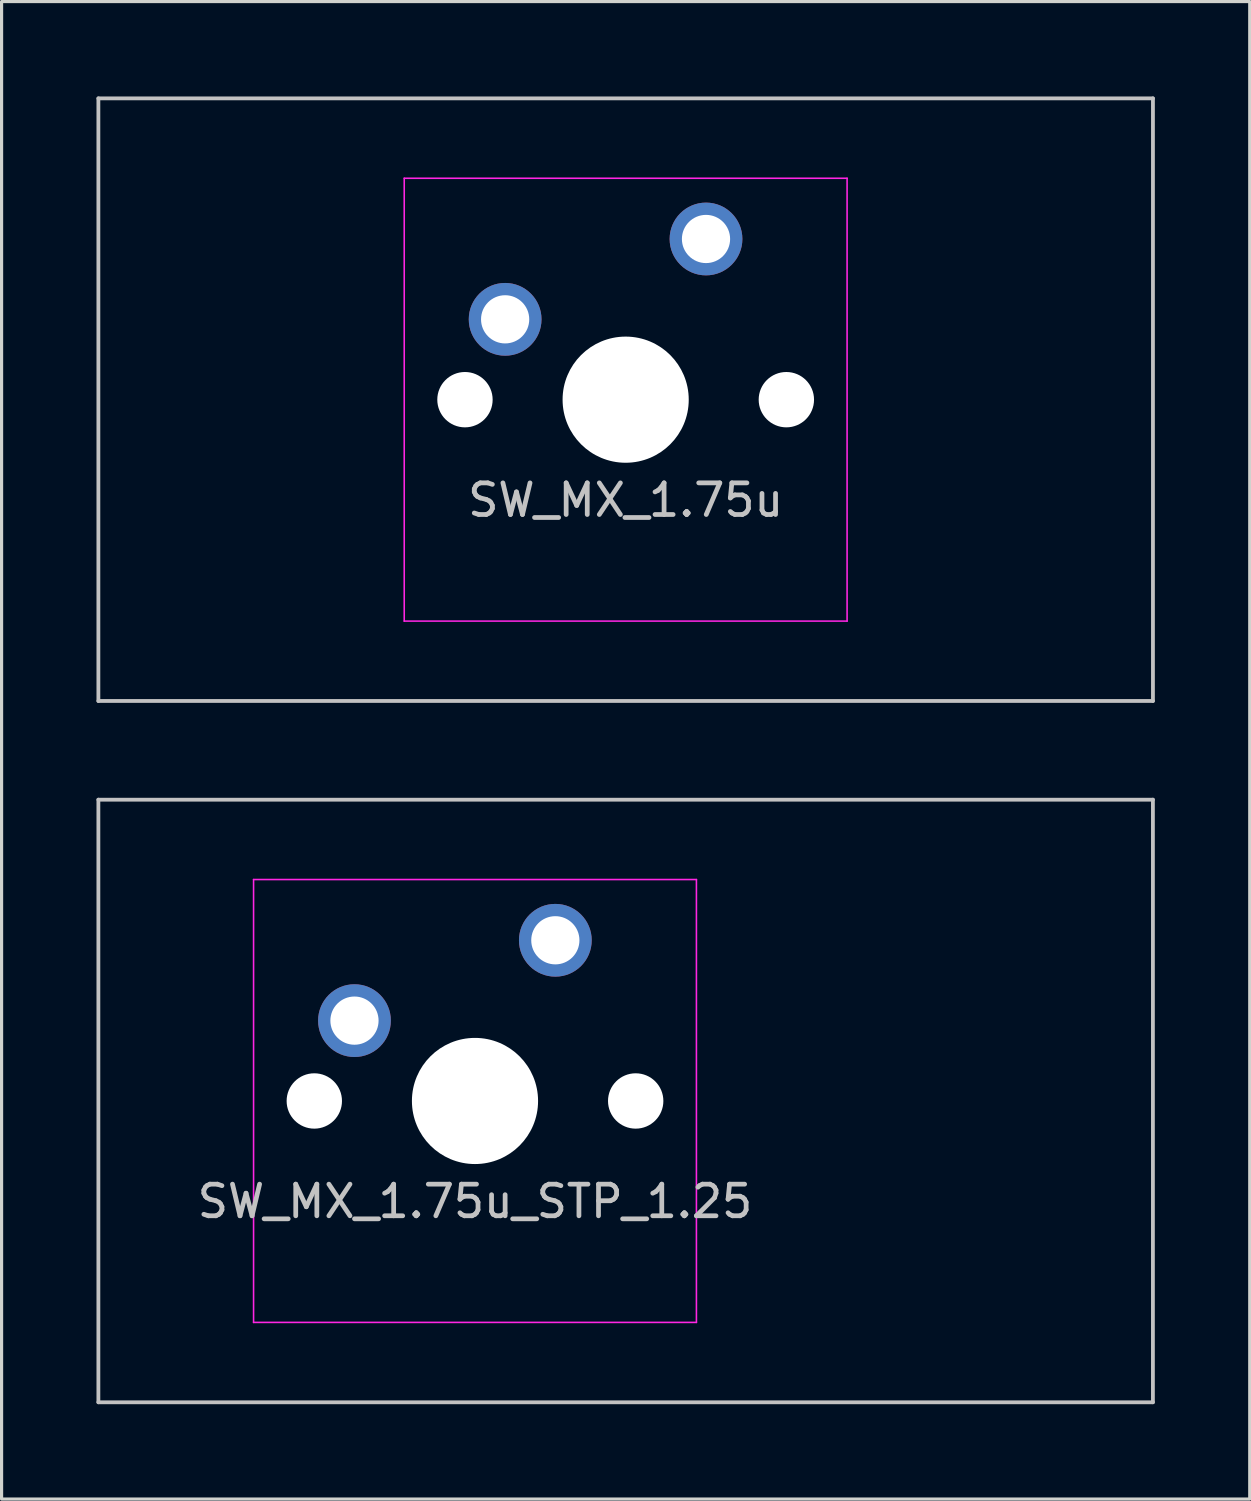
<source format=kicad_pcb>
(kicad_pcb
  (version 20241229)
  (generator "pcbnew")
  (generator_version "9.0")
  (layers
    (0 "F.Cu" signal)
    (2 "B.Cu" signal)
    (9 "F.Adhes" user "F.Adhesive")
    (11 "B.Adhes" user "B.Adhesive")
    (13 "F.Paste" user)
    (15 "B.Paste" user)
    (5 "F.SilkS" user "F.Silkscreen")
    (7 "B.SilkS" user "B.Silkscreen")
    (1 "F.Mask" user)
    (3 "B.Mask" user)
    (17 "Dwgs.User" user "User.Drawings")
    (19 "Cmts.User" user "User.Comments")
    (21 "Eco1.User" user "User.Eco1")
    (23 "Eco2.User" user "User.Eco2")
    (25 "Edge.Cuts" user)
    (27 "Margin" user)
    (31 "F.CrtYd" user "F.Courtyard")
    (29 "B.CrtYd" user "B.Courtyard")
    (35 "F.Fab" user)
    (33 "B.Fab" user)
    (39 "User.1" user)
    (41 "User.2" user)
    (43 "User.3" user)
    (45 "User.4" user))
  (footprint "SW_MX_1.75u"
    (layer "F.Cu")
    (at 16.729 9.585)
    (property "Reference" "SW_MX_1.75u" (at 0 3.175 0) (layer "Dwgs.User") (effects (font (size 1 1) (thickness 0.15))))
    (attr through_hole exclude_from_pos_files)
    (fp_line (start -16.669 -9.525) (end -16.669 9.525) (stroke (width 0.12) (type solid)) (layer "Dwgs.User"))
    (fp_line (start -16.669 9.525) (end 16.669 9.525) (stroke (width 0.12) (type solid)) (layer "Dwgs.User"))
    (fp_line (start 16.669 -9.525) (end -16.669 -9.525) (stroke (width 0.12) (type solid)) (layer "Dwgs.User"))
    (fp_line (start 16.669 9.525) (end 16.669 -9.525) (stroke (width 0.12) (type solid)) (layer "Dwgs.User"))
    (fp_line (start -7 6.5) (end -7 -6.5) (stroke (width 0.05) (type solid)) (layer "Eco2.User"))
    (fp_line (start -6.5 -7) (end 6.5 -7) (stroke (width 0.05) (type solid)) (layer "Eco2.User"))
    (fp_line (start 6.5 7) (end -6.5 7) (stroke (width 0.05) (type solid)) (layer "Eco2.User"))
    (fp_line (start 7 -6.5) (end 7 6.5) (stroke (width 0.05) (type solid)) (layer "Eco2.User"))
    (fp_arc (start -7 -6.5) (mid -6.853553 -6.853553) (end -6.5 -7) (stroke (width 0.05) (type solid)) (layer "Eco2.User"))
    (fp_arc (start -6.5 7) (mid -6.853553 6.853553) (end -7 6.5) (stroke (width 0.05) (type solid)) (layer "Eco2.User"))
    (fp_arc (start 6.5 -7) (mid 6.853553 -6.853553) (end 7 -6.5) (stroke (width 0.05) (type solid)) (layer "Eco2.User"))
    (fp_arc (start 6.997236 6.498884) (mid 6.850806 6.852455) (end 6.497236 6.998884) (stroke (width 0.05) (type solid)) (layer "Eco2.User"))
    (fp_line (start -7 -7) (end -7 7) (stroke (width 0.05) (type solid)) (layer "F.CrtYd"))
    (fp_line (start -7 7) (end 7 7) (stroke (width 0.05) (type solid)) (layer "F.CrtYd"))
    (fp_line (start 7 -7) (end -7 -7) (stroke (width 0.05) (type solid)) (layer "F.CrtYd"))
    (fp_line (start 7 7) (end 7 -7) (stroke (width 0.05) (type solid)) (layer "F.CrtYd"))
    (pad "" np_thru_hole circle (at -5.08 0) (size 1.75 1.75) (drill 1.75) (layers "*.Cu" "*.Mask"))
    (pad "" np_thru_hole circle (at 0 0) (size 3.988 3.988) (drill 3.988) (layers "*.Cu" "*.Mask"))
    (pad "" np_thru_hole circle (at 5.08 0) (size 1.75 1.75) (drill 1.75) (layers "*.Cu" "*.Mask"))
    (pad "1" thru_hole circle (at -3.81 -2.54) (size 2.3 2.3) (drill 1.524) (layers "*.Cu" "B.Mask"))
    (pad "2" thru_hole circle (at 2.54 -5.08) (size 2.3 2.3) (drill 1.524) (layers "*.Cu" "B.Mask")))
  (footprint "SW_MX_1.75u_STP_1.25"
    (layer "F.Cu")
    (at 11.966 31.755)
    (property "Reference" "SW_MX_1.75u_STP_1.25" (at 0 3.175 0) (layer "Dwgs.User") (effects (font (size 1 1) (thickness 0.15))))
    (attr through_hole exclude_from_pos_files)
    (fp_line (start -11.906 -9.525) (end -11.906 9.525) (stroke (width 0.12) (type solid)) (layer "Dwgs.User"))
    (fp_line (start -11.906 9.525) (end 21.431 9.525) (stroke (width 0.12) (type solid)) (layer "Dwgs.User"))
    (fp_line (start 21.431 -9.525) (end -11.906 -9.525) (stroke (width 0.12) (type solid)) (layer "Dwgs.User"))
    (fp_line (start 21.431 9.525) (end 21.431 -9.525) (stroke (width 0.12) (type solid)) (layer "Dwgs.User"))
    (fp_line (start -7 6.5) (end -7 -6.5) (stroke (width 0.05) (type solid)) (layer "Eco2.User"))
    (fp_line (start -6.5 -7) (end 6.5 -7) (stroke (width 0.05) (type solid)) (layer "Eco2.User"))
    (fp_line (start 6.5 7) (end -6.5 7) (stroke (width 0.05) (type solid)) (layer "Eco2.User"))
    (fp_line (start 7 -6.5) (end 7 6.5) (stroke (width 0.05) (type solid)) (layer "Eco2.User"))
    (fp_arc (start -7 -6.5) (mid -6.853553 -6.853553) (end -6.5 -7) (stroke (width 0.05) (type solid)) (layer "Eco2.User"))
    (fp_arc (start -6.5 7) (mid -6.853553 6.853553) (end -7 6.5) (stroke (width 0.05) (type solid)) (layer "Eco2.User"))
    (fp_arc (start 6.5 -7) (mid 6.853553 -6.853553) (end 7 -6.5) (stroke (width 0.05) (type solid)) (layer "Eco2.User"))
    (fp_arc (start 6.997236 6.498884) (mid 6.850806 6.852455) (end 6.497236 6.998884) (stroke (width 0.05) (type solid)) (layer "Eco2.User"))
    (fp_line (start -7 -7) (end -7 7) (stroke (width 0.05) (type solid)) (layer "F.CrtYd"))
    (fp_line (start -7 7) (end 7 7) (stroke (width 0.05) (type solid)) (layer "F.CrtYd"))
    (fp_line (start 7 -7) (end -7 -7) (stroke (width 0.05) (type solid)) (layer "F.CrtYd"))
    (fp_line (start 7 7) (end 7 -7) (stroke (width 0.05) (type solid)) (layer "F.CrtYd"))
    (pad "" np_thru_hole circle (at -5.08 0) (size 1.75 1.75) (drill 1.75) (layers "*.Cu" "*.Mask"))
    (pad "" np_thru_hole circle (at 0 0) (size 3.988 3.988) (drill 3.988) (layers "*.Cu" "*.Mask"))
    (pad "" np_thru_hole circle (at 5.08 0) (size 1.75 1.75) (drill 1.75) (layers "*.Cu" "*.Mask"))
    (pad "1" thru_hole circle (at -3.81 -2.54) (size 2.3 2.3) (drill 1.524) (layers "*.Cu" "B.Mask"))
    (pad "2" thru_hole circle (at 2.54 -5.08) (size 2.3 2.3) (drill 1.524) (layers "*.Cu" "B.Mask")))
  (gr_rect
    (start -3 -3)
    (end 36.458 44.34)
    (stroke (width 0.1) (type default))
    (fill no)
    (layer "Edge.Cuts")))
</source>
